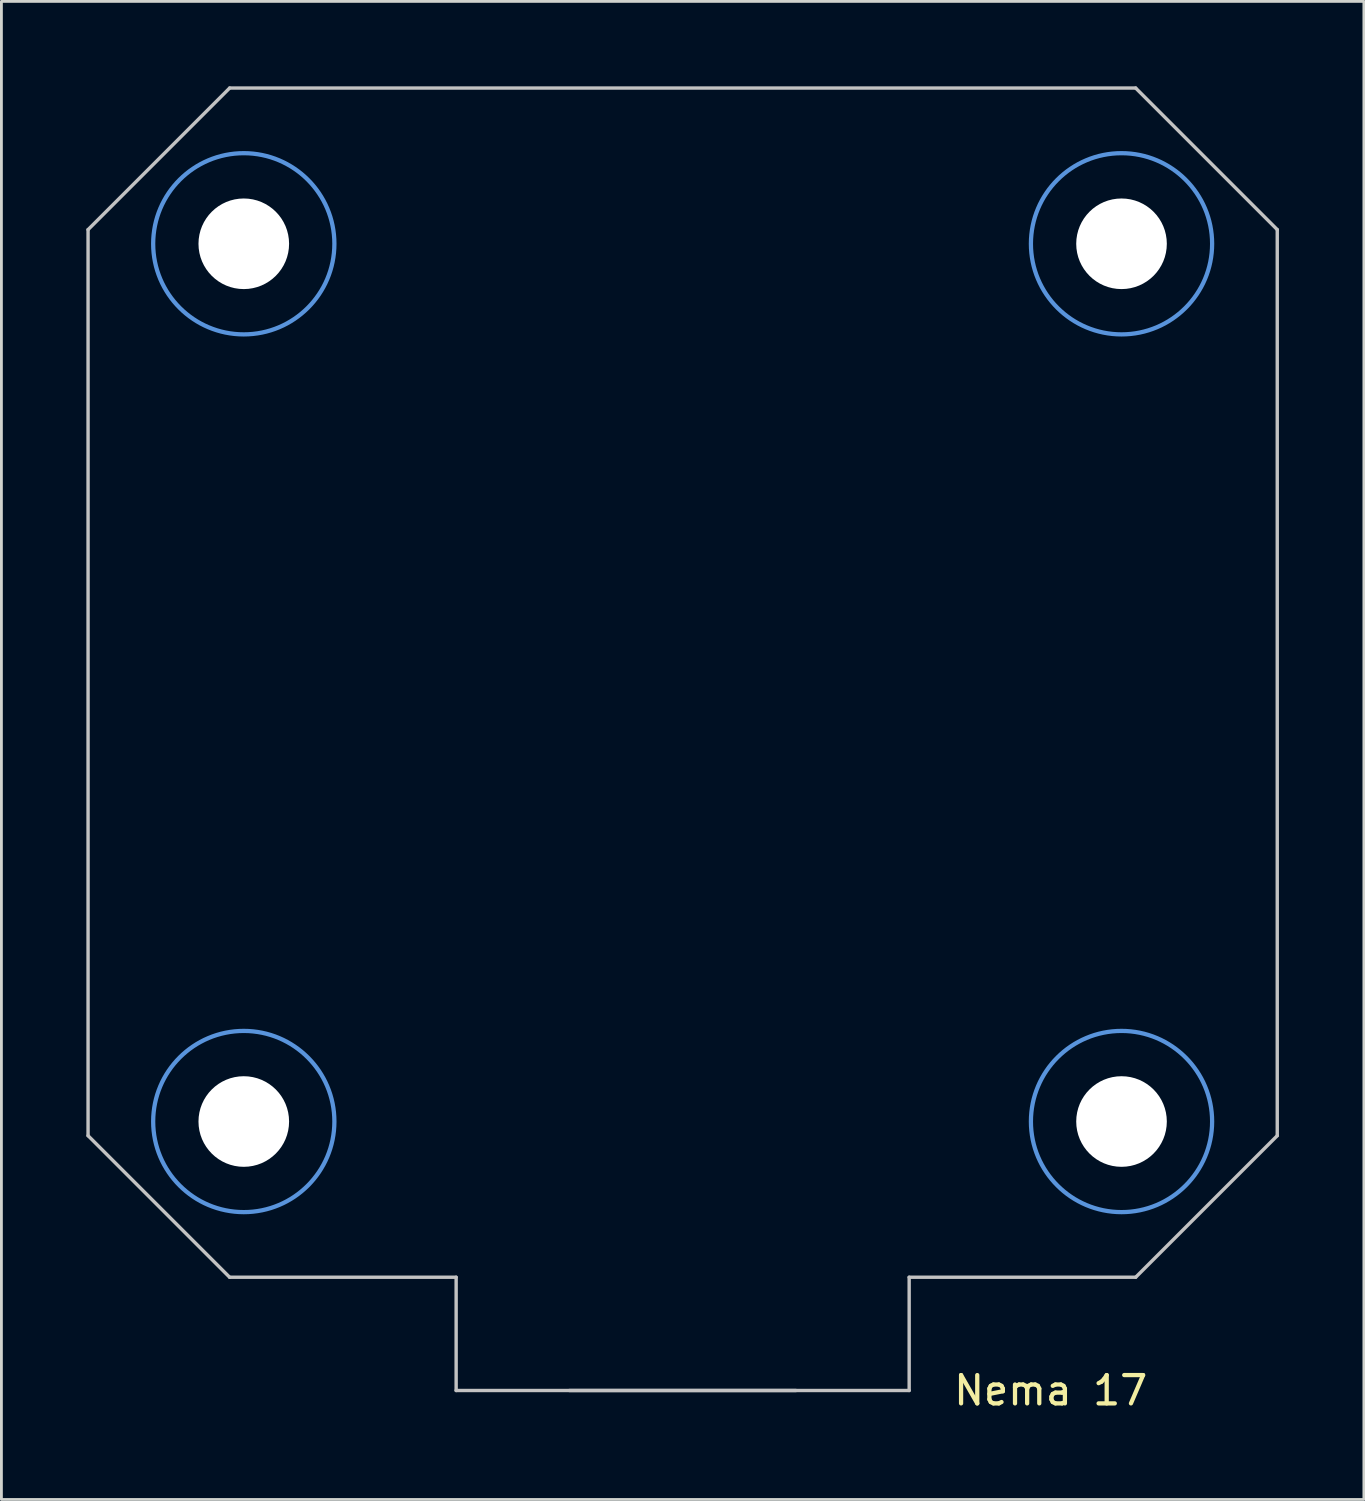
<source format=kicad_pcb>
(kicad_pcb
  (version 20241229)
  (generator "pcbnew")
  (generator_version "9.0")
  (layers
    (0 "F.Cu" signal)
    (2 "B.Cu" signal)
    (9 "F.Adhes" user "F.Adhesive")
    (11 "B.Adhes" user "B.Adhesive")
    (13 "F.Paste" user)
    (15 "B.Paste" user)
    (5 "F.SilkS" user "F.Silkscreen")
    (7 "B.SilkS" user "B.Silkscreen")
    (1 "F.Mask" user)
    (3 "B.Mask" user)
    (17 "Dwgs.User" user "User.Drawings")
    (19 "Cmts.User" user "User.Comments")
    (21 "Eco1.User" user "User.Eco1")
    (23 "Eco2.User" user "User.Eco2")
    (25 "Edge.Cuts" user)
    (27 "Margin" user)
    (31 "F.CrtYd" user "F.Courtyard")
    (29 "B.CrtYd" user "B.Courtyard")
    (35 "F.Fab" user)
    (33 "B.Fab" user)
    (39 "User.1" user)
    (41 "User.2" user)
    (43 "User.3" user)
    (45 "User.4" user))
  (footprint "Nema 17"
    (layer "F.Cu")
    (at 21.06 21.06)
    (property "Reference" "Nema 17" (at 13 25 0) (layer "F.SilkS") (effects (font (size 1 1) (thickness 0.15))))
    (attr through_hole)
    (fp_line (start -21 -16) (end -21 16) (stroke (width 0.12) (type solid)) (layer "Dwgs.User"))
    (fp_line (start -21 16) (end -16 21) (stroke (width 0.12) (type solid)) (layer "Dwgs.User"))
    (fp_line (start -16 -21) (end -21 -16) (stroke (width 0.12) (type solid)) (layer "Dwgs.User"))
    (fp_line (start -16 21) (end -8 21) (stroke (width 0.12) (type solid)) (layer "Dwgs.User"))
    (fp_line (start -8 25) (end -8 21) (stroke (width 0.12) (type solid)) (layer "Dwgs.User"))
    (fp_line (start 4 25) (end -4 25) (stroke (width 0.12) (type solid)) (layer "Dwgs.User"))
    (fp_line (start 8 21) (end 8 25) (stroke (width 0.12) (type solid)) (layer "Dwgs.User"))
    (fp_line (start 8 21) (end 16 21) (stroke (width 0.12) (type solid)) (layer "Dwgs.User"))
    (fp_line (start 8 25) (end -8 25) (stroke (width 0.12) (type solid)) (layer "Dwgs.User"))
    (fp_line (start 16 -21) (end -16 -21) (stroke (width 0.12) (type solid)) (layer "Dwgs.User"))
    (fp_line (start 16 21) (end 21 16) (stroke (width 0.12) (type solid)) (layer "Dwgs.User"))
    (fp_line (start 21 -16) (end 16 -21) (stroke (width 0.12) (type solid)) (layer "Dwgs.User"))
    (fp_line (start 21 16) (end 21 -16) (stroke (width 0.12) (type solid)) (layer "Dwgs.User"))
    (fp_circle (center -15.5 -15.5) (end -12.3 -15.5) (stroke (width 0.15) (type solid)) (fill no) (layer "Cmts.User"))
    (fp_circle (center -15.5 15.5) (end -12.3 15.5) (stroke (width 0.15) (type solid)) (fill no) (layer "Cmts.User"))
    (fp_circle (center 15.5 -15.5) (end 18.7 -15.5) (stroke (width 0.15) (type solid)) (fill no) (layer "Cmts.User"))
    (fp_circle (center 15.5 15.5) (end 18.7 15.5) (stroke (width 0.15) (type solid)) (fill no) (layer "Cmts.User"))
    (pad "" np_thru_hole circle (at -15.5 -15.5) (size 3.2 3.2) (drill 3.2) (layers "*.Cu" "*.Mask"))
    (pad "" np_thru_hole circle (at -15.5 15.5) (size 3.2 3.2) (drill 3.2) (layers "*.Cu" "*.Mask"))
    (pad "" np_thru_hole circle (at 15.5 -15.5) (size 3.2 3.2) (drill 3.2) (layers "*.Cu" "*.Mask"))
    (pad "" np_thru_hole circle (at 15.5 15.5) (size 3.2 3.2) (drill 3.2) (layers "*.Cu" "*.Mask")))
  (gr_rect
    (start -3 -3)
    (end 45.12 49.908)
    (stroke (width 0.1) (type default))
    (fill no)
    (layer "Edge.Cuts")))
</source>
